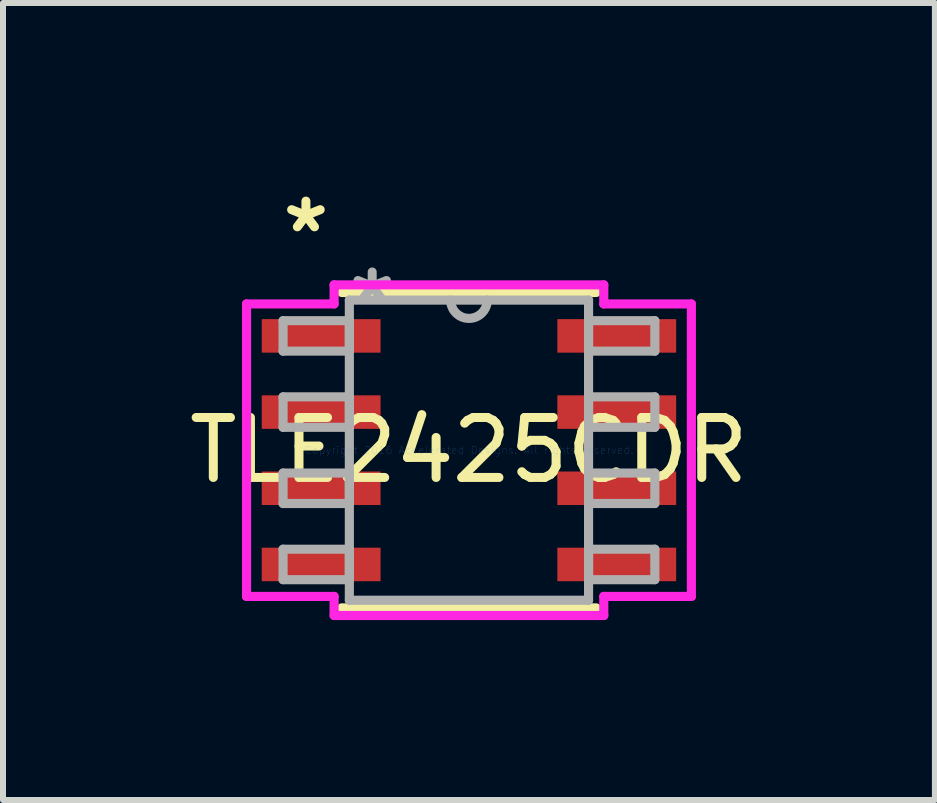
<source format=kicad_pcb>
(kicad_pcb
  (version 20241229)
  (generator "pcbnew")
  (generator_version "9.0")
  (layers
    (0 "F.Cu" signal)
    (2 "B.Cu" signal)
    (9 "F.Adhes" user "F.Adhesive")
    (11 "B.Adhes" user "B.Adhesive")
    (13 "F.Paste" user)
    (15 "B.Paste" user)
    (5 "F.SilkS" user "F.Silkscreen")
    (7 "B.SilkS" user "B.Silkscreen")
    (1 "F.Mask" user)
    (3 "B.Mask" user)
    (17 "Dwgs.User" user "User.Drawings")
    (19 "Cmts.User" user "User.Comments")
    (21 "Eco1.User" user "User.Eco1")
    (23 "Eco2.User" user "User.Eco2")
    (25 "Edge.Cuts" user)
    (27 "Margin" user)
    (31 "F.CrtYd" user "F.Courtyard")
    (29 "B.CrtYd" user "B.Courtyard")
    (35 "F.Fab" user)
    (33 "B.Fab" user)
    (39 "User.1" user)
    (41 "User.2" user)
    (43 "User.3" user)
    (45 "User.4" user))
  (footprint "TLE2425CDR"
    (layer "F.Cu")
    (at 4.768 4.455)
    (property "Reference" "TLE2425CDR" (at 0 0 0) (layer "F.SilkS") (effects (font (size 1 1) (thickness 0.15))))
    (attr through_hole)
    (fp_line (start -2.121 2.629) (end 2.121 2.629) (stroke (width 0.152) (type solid)) (layer "F.SilkS"))
    (fp_line (start 2.121 -2.629) (end -2.121 -2.629) (stroke (width 0.152) (type solid)) (layer "F.SilkS"))
    (fp_line (start -3.708 -2.438) (end -2.248 -2.438) (stroke (width 0.152) (type solid)) (layer "F.CrtYd"))
    (fp_line (start -3.708 2.438) (end -3.708 -2.438) (stroke (width 0.152) (type solid)) (layer "F.CrtYd"))
    (fp_line (start -2.248 -2.756) (end 2.248 -2.756) (stroke (width 0.152) (type solid)) (layer "F.CrtYd"))
    (fp_line (start -2.248 -2.438) (end -2.248 -2.756) (stroke (width 0.152) (type solid)) (layer "F.CrtYd"))
    (fp_line (start -2.248 2.438) (end -3.708 2.438) (stroke (width 0.152) (type solid)) (layer "F.CrtYd"))
    (fp_line (start -2.248 2.756) (end -2.248 2.438) (stroke (width 0.152) (type solid)) (layer "F.CrtYd"))
    (fp_line (start 2.248 -2.756) (end 2.248 -2.438) (stroke (width 0.152) (type solid)) (layer "F.CrtYd"))
    (fp_line (start 2.248 -2.438) (end 3.708 -2.438) (stroke (width 0.152) (type solid)) (layer "F.CrtYd"))
    (fp_line (start 2.248 2.438) (end 2.248 2.756) (stroke (width 0.152) (type solid)) (layer "F.CrtYd"))
    (fp_line (start 2.248 2.756) (end -2.248 2.756) (stroke (width 0.152) (type solid)) (layer "F.CrtYd"))
    (fp_line (start 3.708 -2.438) (end 3.708 2.438) (stroke (width 0.152) (type solid)) (layer "F.CrtYd"))
    (fp_line (start 3.708 2.438) (end 2.248 2.438) (stroke (width 0.152) (type solid)) (layer "F.CrtYd"))
    (fp_line (start -3.099 -2.159) (end -3.099 -1.651) (stroke (width 0.152) (type solid)) (layer "F.Fab"))
    (fp_line (start -3.099 -1.651) (end -1.994 -1.651) (stroke (width 0.152) (type solid)) (layer "F.Fab"))
    (fp_line (start -3.099 -0.889) (end -3.099 -0.381) (stroke (width 0.152) (type solid)) (layer "F.Fab"))
    (fp_line (start -3.099 -0.381) (end -1.994 -0.381) (stroke (width 0.152) (type solid)) (layer "F.Fab"))
    (fp_line (start -3.099 0.381) (end -3.099 0.889) (stroke (width 0.152) (type solid)) (layer "F.Fab"))
    (fp_line (start -3.099 0.889) (end -1.994 0.889) (stroke (width 0.152) (type solid)) (layer "F.Fab"))
    (fp_line (start -3.099 1.651) (end -3.099 2.159) (stroke (width 0.152) (type solid)) (layer "F.Fab"))
    (fp_line (start -3.099 2.159) (end -1.994 2.159) (stroke (width 0.152) (type solid)) (layer "F.Fab"))
    (fp_line (start -1.994 -2.502) (end -1.994 2.502) (stroke (width 0.152) (type solid)) (layer "F.Fab"))
    (fp_line (start -1.994 -2.159) (end -3.099 -2.159) (stroke (width 0.152) (type solid)) (layer "F.Fab"))
    (fp_line (start -1.994 -1.651) (end -1.994 -2.159) (stroke (width 0.152) (type solid)) (layer "F.Fab"))
    (fp_line (start -1.994 -0.889) (end -3.099 -0.889) (stroke (width 0.152) (type solid)) (layer "F.Fab"))
    (fp_line (start -1.994 -0.381) (end -1.994 -0.889) (stroke (width 0.152) (type solid)) (layer "F.Fab"))
    (fp_line (start -1.994 0.381) (end -3.099 0.381) (stroke (width 0.152) (type solid)) (layer "F.Fab"))
    (fp_line (start -1.994 0.889) (end -1.994 0.381) (stroke (width 0.152) (type solid)) (layer "F.Fab"))
    (fp_line (start -1.994 1.651) (end -3.099 1.651) (stroke (width 0.152) (type solid)) (layer "F.Fab"))
    (fp_line (start -1.994 2.159) (end -1.994 1.651) (stroke (width 0.152) (type solid)) (layer "F.Fab"))
    (fp_line (start -1.994 2.502) (end 1.994 2.502) (stroke (width 0.152) (type solid)) (layer "F.Fab"))
    (fp_line (start 1.994 -2.502) (end -1.994 -2.502) (stroke (width 0.152) (type solid)) (layer "F.Fab"))
    (fp_line (start 1.994 -2.159) (end 1.994 -1.651) (stroke (width 0.152) (type solid)) (layer "F.Fab"))
    (fp_line (start 1.994 -1.651) (end 3.099 -1.651) (stroke (width 0.152) (type solid)) (layer "F.Fab"))
    (fp_line (start 1.994 -0.889) (end 1.994 -0.381) (stroke (width 0.152) (type solid)) (layer "F.Fab"))
    (fp_line (start 1.994 -0.381) (end 3.099 -0.381) (stroke (width 0.152) (type solid)) (layer "F.Fab"))
    (fp_line (start 1.994 0.381) (end 1.994 0.889) (stroke (width 0.152) (type solid)) (layer "F.Fab"))
    (fp_line (start 1.994 0.889) (end 3.099 0.889) (stroke (width 0.152) (type solid)) (layer "F.Fab"))
    (fp_line (start 1.994 1.651) (end 1.994 2.159) (stroke (width 0.152) (type solid)) (layer "F.Fab"))
    (fp_line (start 1.994 2.159) (end 3.099 2.159) (stroke (width 0.152) (type solid)) (layer "F.Fab"))
    (fp_line (start 1.994 2.502) (end 1.994 -2.502) (stroke (width 0.152) (type solid)) (layer "F.Fab"))
    (fp_line (start 3.099 -2.159) (end 1.994 -2.159) (stroke (width 0.152) (type solid)) (layer "F.Fab"))
    (fp_line (start 3.099 -1.651) (end 3.099 -2.159) (stroke (width 0.152) (type solid)) (layer "F.Fab"))
    (fp_line (start 3.099 -0.889) (end 1.994 -0.889) (stroke (width 0.152) (type solid)) (layer "F.Fab"))
    (fp_line (start 3.099 -0.381) (end 3.099 -0.889) (stroke (width 0.152) (type solid)) (layer "F.Fab"))
    (fp_line (start 3.099 0.381) (end 1.994 0.381) (stroke (width 0.152) (type solid)) (layer "F.Fab"))
    (fp_line (start 3.099 0.889) (end 3.099 0.381) (stroke (width 0.152) (type solid)) (layer "F.Fab"))
    (fp_line (start 3.099 1.651) (end 1.994 1.651) (stroke (width 0.152) (type solid)) (layer "F.Fab"))
    (fp_line (start 3.099 2.159) (end 3.099 1.651) (stroke (width 0.152) (type solid)) (layer "F.Fab"))
    (fp_arc (start 0.3048 -2.5019) (mid 0 -2.1971) (end -0.3048 -2.5019) (stroke (width 0.1524) (type solid)) (layer "F.Fab"))
    (fp_text user "*" (at -2.718 -3.607 0) (layer "F.SilkS") (effects (font (size 1 1) (thickness 0.15))))
    (fp_text user "Copyright 2016 Accelerated Designs. All rights reserved." (at 0 0 0) (layer "Cmts.User") (effects (font (size 0.127 0.127) (thickness 0.002))))
    (fp_text user "*" (at -1.613 -2.426 0) (layer "F.Fab") (effects (font (size 1 1) (thickness 0.15))))
    (pad "1" smd rect (at -2.464 -1.905) (size 1.981 0.559) (layers "F.Cu" "F.Mask" "F.Paste"))
    (pad "2" smd rect (at -2.464 -0.635) (size 1.981 0.559) (layers "F.Cu" "F.Mask" "F.Paste"))
    (pad "3" smd rect (at -2.464 0.635) (size 1.981 0.559) (layers "F.Cu" "F.Mask" "F.Paste"))
    (pad "4" smd rect (at -2.464 1.905) (size 1.981 0.559) (layers "F.Cu" "F.Mask" "F.Paste"))
    (pad "5" smd rect (at 2.464 1.905) (size 1.981 0.559) (layers "F.Cu" "F.Mask" "F.Paste"))
    (pad "6" smd rect (at 2.464 0.635) (size 1.981 0.559) (layers "F.Cu" "F.Mask" "F.Paste"))
    (pad "7" smd rect (at 2.464 -0.635) (size 1.981 0.559) (layers "F.Cu" "F.Mask" "F.Paste"))
    (pad "8" smd rect (at 2.464 -1.905) (size 1.981 0.559) (layers "F.Cu" "F.Mask" "F.Paste")))
  (gr_rect
    (start -3 -3)
    (end 12.536 10.287)
    (stroke (width 0.1) (type default))
    (fill no)
    (layer "Edge.Cuts")))
</source>
